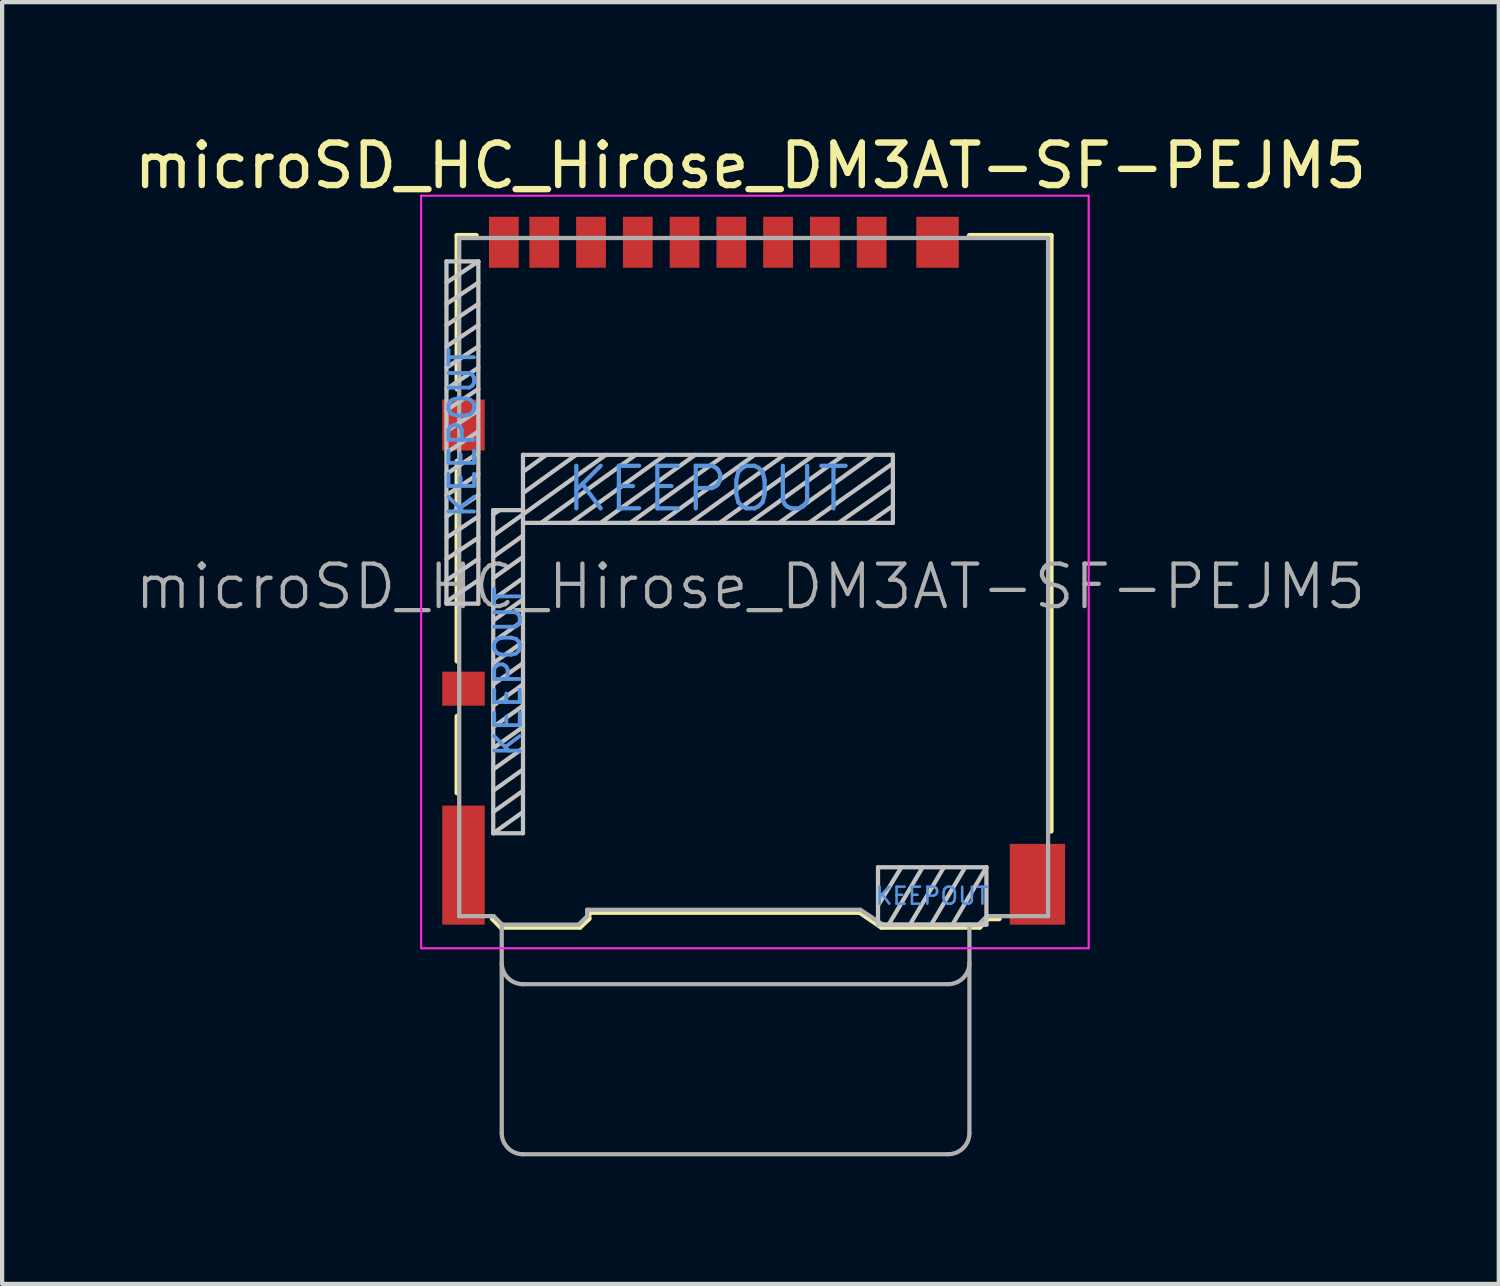
<source format=kicad_pcb>
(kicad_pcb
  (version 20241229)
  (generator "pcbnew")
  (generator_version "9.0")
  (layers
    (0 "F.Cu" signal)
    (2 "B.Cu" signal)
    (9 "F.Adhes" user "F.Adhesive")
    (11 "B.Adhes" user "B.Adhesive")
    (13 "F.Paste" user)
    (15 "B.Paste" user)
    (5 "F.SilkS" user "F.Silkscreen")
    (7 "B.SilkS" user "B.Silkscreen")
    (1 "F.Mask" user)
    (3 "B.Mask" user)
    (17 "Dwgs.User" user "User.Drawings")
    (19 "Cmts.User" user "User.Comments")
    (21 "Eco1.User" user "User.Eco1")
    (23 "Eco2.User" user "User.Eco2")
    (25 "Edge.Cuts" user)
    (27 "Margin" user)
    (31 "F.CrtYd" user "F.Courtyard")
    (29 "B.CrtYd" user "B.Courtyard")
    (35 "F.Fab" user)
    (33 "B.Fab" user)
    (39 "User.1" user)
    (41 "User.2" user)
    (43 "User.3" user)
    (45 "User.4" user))
  (footprint "microSD_HC_Hirose_DM3AT-SF-PEJM5"
    (layer "F.Cu")
    (at 14.676 10.373)
    (property "Reference" "microSD_HC_Hirose_DM3AT-SF-PEJM5" (at -0.075 -9.525 0) (layer "F.SilkS") (effects (font (size 1 1) (thickness 0.15))))
    (attr smd)
    (fp_line (start -6.975 -7.885) (end -6.975 -4.275) (stroke (width 0.12) (type solid)) (layer "F.SilkS"))
    (fp_line (start -6.975 -2.575) (end -6.975 2.125) (stroke (width 0.12) (type solid)) (layer "F.SilkS"))
    (fp_line (start -6.975 3.425) (end -6.975 5.225) (stroke (width 0.12) (type solid)) (layer "F.SilkS"))
    (fp_line (start -6.525 -7.885) (end -6.975 -7.885) (stroke (width 0.12) (type solid)) (layer "F.SilkS"))
    (fp_line (start -5.945 8.385) (end -6.145 8.185) (stroke (width 0.12) (type solid)) (layer "F.SilkS"))
    (fp_line (start -5.945 8.385) (end -4.085 8.385) (stroke (width 0.12) (type solid)) (layer "F.SilkS"))
    (fp_line (start -4.085 8.385) (end -3.875 8.185) (stroke (width 0.12) (type solid)) (layer "F.SilkS"))
    (fp_line (start -3.875 8.035) (end -3.875 8.185) (stroke (width 0.12) (type solid)) (layer "F.SilkS"))
    (fp_line (start -3.875 8.035) (end 2.495 8.035) (stroke (width 0.12) (type solid)) (layer "F.SilkS"))
    (fp_line (start 3.005 8.385) (end 2.495 8.035) (stroke (width 0.12) (type solid)) (layer "F.SilkS"))
    (fp_line (start 5.075 -7.885) (end 6.995 -7.885) (stroke (width 0.12) (type solid)) (layer "F.SilkS"))
    (fp_line (start 5.315 8.385) (end 3.005 8.385) (stroke (width 0.12) (type solid)) (layer "F.SilkS"))
    (fp_line (start 5.315 8.385) (end 5.515 8.185) (stroke (width 0.12) (type solid)) (layer "F.SilkS"))
    (fp_line (start 5.515 8.185) (end 5.775 8.185) (stroke (width 0.12) (type solid)) (layer "F.SilkS"))
    (fp_line (start 6.995 -7.885) (end 6.995 6.125) (stroke (width 0.12) (type solid)) (layer "F.SilkS"))
    (fp_line (start -7.225 -7.275) (end -6.475 -7.275) (stroke (width 0.1) (type solid)) (layer "Dwgs.User"))
    (fp_line (start -7.225 0.775) (end -7.225 -7.275) (stroke (width 0.1) (type solid)) (layer "Dwgs.User"))
    (fp_line (start -6.475 -7.275) (end -7.225 -6.775) (stroke (width 0.1) (type solid)) (layer "Dwgs.User"))
    (fp_line (start -6.475 -7.275) (end -6.475 0.775) (stroke (width 0.1) (type solid)) (layer "Dwgs.User"))
    (fp_line (start -6.475 -6.775) (end -7.225 -6.275) (stroke (width 0.1) (type solid)) (layer "Dwgs.User"))
    (fp_line (start -6.475 -6.275) (end -7.225 -5.775) (stroke (width 0.1) (type solid)) (layer "Dwgs.User"))
    (fp_line (start -6.475 -5.775) (end -7.225 -5.275) (stroke (width 0.1) (type solid)) (layer "Dwgs.User"))
    (fp_line (start -6.475 -5.275) (end -7.225 -4.775) (stroke (width 0.1) (type solid)) (layer "Dwgs.User"))
    (fp_line (start -6.475 -4.775) (end -7.225 -4.275) (stroke (width 0.1) (type solid)) (layer "Dwgs.User"))
    (fp_line (start -6.475 -4.275) (end -7.225 -3.775) (stroke (width 0.1) (type solid)) (layer "Dwgs.User"))
    (fp_line (start -6.475 -3.775) (end -7.225 -3.275) (stroke (width 0.1) (type solid)) (layer "Dwgs.User"))
    (fp_line (start -6.475 -3.275) (end -7.225 -2.775) (stroke (width 0.1) (type solid)) (layer "Dwgs.User"))
    (fp_line (start -6.475 -2.775) (end -7.225 -2.275) (stroke (width 0.1) (type solid)) (layer "Dwgs.User"))
    (fp_line (start -6.475 -2.275) (end -7.225 -1.775) (stroke (width 0.1) (type solid)) (layer "Dwgs.User"))
    (fp_line (start -6.475 -1.775) (end -7.225 -1.275) (stroke (width 0.1) (type solid)) (layer "Dwgs.User"))
    (fp_line (start -6.475 -1.275) (end -7.225 -0.775) (stroke (width 0.1) (type solid)) (layer "Dwgs.User"))
    (fp_line (start -6.475 -0.775) (end -7.225 -0.275) (stroke (width 0.1) (type solid)) (layer "Dwgs.User"))
    (fp_line (start -6.475 -0.275) (end -7.225 0.225) (stroke (width 0.1) (type solid)) (layer "Dwgs.User"))
    (fp_line (start -6.475 0.225) (end -7.225 0.725) (stroke (width 0.1) (type solid)) (layer "Dwgs.User"))
    (fp_line (start -6.475 0.775) (end -7.225 0.775) (stroke (width 0.1) (type solid)) (layer "Dwgs.User"))
    (fp_line (start -6.125 -1.425) (end -5.425 -1.425) (stroke (width 0.1) (type solid)) (layer "Dwgs.User"))
    (fp_line (start -6.125 -1.325) (end -5.975 -1.425) (stroke (width 0.1) (type solid)) (layer "Dwgs.User"))
    (fp_line (start -6.125 -0.825) (end -5.425 -1.325) (stroke (width 0.1) (type solid)) (layer "Dwgs.User"))
    (fp_line (start -6.125 -0.325) (end -5.425 -0.825) (stroke (width 0.1) (type solid)) (layer "Dwgs.User"))
    (fp_line (start -6.125 0.175) (end -5.425 -0.325) (stroke (width 0.1) (type solid)) (layer "Dwgs.User"))
    (fp_line (start -6.125 0.675) (end -5.425 0.175) (stroke (width 0.1) (type solid)) (layer "Dwgs.User"))
    (fp_line (start -6.125 1.175) (end -5.425 0.675) (stroke (width 0.1) (type solid)) (layer "Dwgs.User"))
    (fp_line (start -6.125 1.675) (end -5.425 1.175) (stroke (width 0.1) (type solid)) (layer "Dwgs.User"))
    (fp_line (start -6.125 2.175) (end -5.425 1.675) (stroke (width 0.1) (type solid)) (layer "Dwgs.User"))
    (fp_line (start -6.125 2.675) (end -5.425 2.175) (stroke (width 0.1) (type solid)) (layer "Dwgs.User"))
    (fp_line (start -6.125 3.175) (end -5.425 2.675) (stroke (width 0.1) (type solid)) (layer "Dwgs.User"))
    (fp_line (start -6.125 3.675) (end -5.425 3.175) (stroke (width 0.1) (type solid)) (layer "Dwgs.User"))
    (fp_line (start -6.125 4.175) (end -5.425 3.675) (stroke (width 0.1) (type solid)) (layer "Dwgs.User"))
    (fp_line (start -6.125 4.675) (end -5.425 4.175) (stroke (width 0.1) (type solid)) (layer "Dwgs.User"))
    (fp_line (start -6.125 5.175) (end -5.425 4.675) (stroke (width 0.1) (type solid)) (layer "Dwgs.User"))
    (fp_line (start -6.125 5.675) (end -5.425 5.175) (stroke (width 0.1) (type solid)) (layer "Dwgs.User"))
    (fp_line (start -6.125 6.175) (end -6.125 -1.425) (stroke (width 0.1) (type solid)) (layer "Dwgs.User"))
    (fp_line (start -6.125 6.175) (end -5.425 5.675) (stroke (width 0.1) (type solid)) (layer "Dwgs.User"))
    (fp_line (start -5.425 -2.725) (end -5.425 6.175) (stroke (width 0.1) (type solid)) (layer "Dwgs.User"))
    (fp_line (start -5.425 -2.725) (end 3.275 -2.725) (stroke (width 0.1) (type solid)) (layer "Dwgs.User"))
    (fp_line (start -5.425 -1.325) (end -3.475 -2.725) (stroke (width 0.1) (type solid)) (layer "Dwgs.User"))
    (fp_line (start -5.425 6.175) (end -6.125 6.175) (stroke (width 0.1) (type solid)) (layer "Dwgs.User"))
    (fp_line (start -4.875 -2.725) (end -5.425 -2.325) (stroke (width 0.1) (type solid)) (layer "Dwgs.User"))
    (fp_line (start -4.175 -2.725) (end -5.425 -1.825) (stroke (width 0.1) (type solid)) (layer "Dwgs.User"))
    (fp_line (start -2.775 -2.725) (end -5 -1.125) (stroke (width 0.1) (type solid)) (layer "Dwgs.User"))
    (fp_line (start -2.075 -2.725) (end -4.3 -1.125) (stroke (width 0.1) (type solid)) (layer "Dwgs.User"))
    (fp_line (start -1.375 -2.725) (end -3.6 -1.125) (stroke (width 0.1) (type solid)) (layer "Dwgs.User"))
    (fp_line (start -0.675 -2.725) (end -2.9 -1.125) (stroke (width 0.1) (type solid)) (layer "Dwgs.User"))
    (fp_line (start 0.025 -2.725) (end -2.2 -1.125) (stroke (width 0.1) (type solid)) (layer "Dwgs.User"))
    (fp_line (start 0.725 -2.725) (end -1.5 -1.125) (stroke (width 0.1) (type solid)) (layer "Dwgs.User"))
    (fp_line (start 1.425 -2.725) (end -0.8 -1.125) (stroke (width 0.1) (type solid)) (layer "Dwgs.User"))
    (fp_line (start 2.125 -2.725) (end -0.1 -1.125) (stroke (width 0.1) (type solid)) (layer "Dwgs.User"))
    (fp_line (start 2.825 -2.725) (end 0.6 -1.125) (stroke (width 0.1) (type solid)) (layer "Dwgs.User"))
    (fp_line (start 2.925 6.975) (end 5.475 6.975) (stroke (width 0.1) (type solid)) (layer "Dwgs.User"))
    (fp_line (start 2.925 8.325) (end 2.925 6.975) (stroke (width 0.1) (type solid)) (layer "Dwgs.User"))
    (fp_line (start 3.275 -2.725) (end 3.275 -1.125) (stroke (width 0.1) (type solid)) (layer "Dwgs.User"))
    (fp_line (start 3.275 -2.525) (end 1.3 -1.125) (stroke (width 0.1) (type solid)) (layer "Dwgs.User"))
    (fp_line (start 3.275 -2.025) (end 2 -1.125) (stroke (width 0.1) (type solid)) (layer "Dwgs.User"))
    (fp_line (start 3.275 -1.525) (end 2.7 -1.125) (stroke (width 0.1) (type solid)) (layer "Dwgs.User"))
    (fp_line (start 3.275 -1.125) (end -5.425 -1.125) (stroke (width 0.1) (type solid)) (layer "Dwgs.User"))
    (fp_line (start 3.475 6.975) (end 2.925 7.875) (stroke (width 0.1) (type solid)) (layer "Dwgs.User"))
    (fp_line (start 3.975 6.975) (end 3.175 8.325) (stroke (width 0.1) (type solid)) (layer "Dwgs.User"))
    (fp_line (start 4.475 6.975) (end 3.675 8.325) (stroke (width 0.1) (type solid)) (layer "Dwgs.User"))
    (fp_line (start 4.975 6.975) (end 4.175 8.325) (stroke (width 0.1) (type solid)) (layer "Dwgs.User"))
    (fp_line (start 5.475 6.975) (end 4.675 8.325) (stroke (width 0.1) (type solid)) (layer "Dwgs.User"))
    (fp_line (start 5.475 6.975) (end 5.475 8.325) (stroke (width 0.1) (type solid)) (layer "Dwgs.User"))
    (fp_line (start 5.475 8.325) (end 2.925 8.325) (stroke (width 0.1) (type solid)) (layer "Dwgs.User"))
    (fp_line (start -7.82 -8.82) (end 7.88 -8.82) (stroke (width 0.05) (type solid)) (layer "F.CrtYd"))
    (fp_line (start -7.82 8.88) (end -7.82 -8.82) (stroke (width 0.05) (type solid)) (layer "F.CrtYd"))
    (fp_line (start 7.88 -8.82) (end 7.88 8.88) (stroke (width 0.05) (type solid)) (layer "F.CrtYd"))
    (fp_line (start 7.88 8.88) (end -7.82 8.88) (stroke (width 0.05) (type solid)) (layer "F.CrtYd"))
    (fp_line (start -6.925 8.125) (end -6.925 -7.825) (stroke (width 0.1) (type solid)) (layer "F.Fab"))
    (fp_line (start -6.115 8.125) (end -6.925 8.125) (stroke (width 0.1) (type solid)) (layer "F.Fab"))
    (fp_line (start -5.925 8.325) (end -5.925 13.225) (stroke (width 0.1) (type solid)) (layer "F.Fab"))
    (fp_line (start -5.915 8.325) (end -6.115 8.125) (stroke (width 0.1) (type solid)) (layer "F.Fab"))
    (fp_line (start -5.425 9.725) (end 4.575 9.725) (stroke (width 0.1) (type solid)) (layer "F.Fab"))
    (fp_line (start -5.425 13.725) (end 4.575 13.725) (stroke (width 0.1) (type solid)) (layer "F.Fab"))
    (fp_line (start -4.115 8.325) (end -5.915 8.325) (stroke (width 0.1) (type solid)) (layer "F.Fab"))
    (fp_line (start -3.915 8.125) (end -4.115 8.325) (stroke (width 0.1) (type solid)) (layer "F.Fab"))
    (fp_line (start -3.915 8.125) (end -3.915 7.975) (stroke (width 0.1) (type solid)) (layer "F.Fab"))
    (fp_line (start 2.51 7.975) (end -3.915 7.975) (stroke (width 0.1) (type solid)) (layer "F.Fab"))
    (fp_line (start 3.035 8.325) (end 2.51 7.975) (stroke (width 0.1) (type solid)) (layer "F.Fab"))
    (fp_line (start 5.075 13.225) (end 5.075 8.325) (stroke (width 0.1) (type solid)) (layer "F.Fab"))
    (fp_line (start 5.285 8.325) (end 3.035 8.325) (stroke (width 0.1) (type solid)) (layer "F.Fab"))
    (fp_line (start 5.285 8.325) (end 5.485 8.125) (stroke (width 0.1) (type solid)) (layer "F.Fab"))
    (fp_line (start 5.485 8.125) (end 6.925 8.125) (stroke (width 0.1) (type solid)) (layer "F.Fab"))
    (fp_line (start 6.925 -7.825) (end -6.925 -7.825) (stroke (width 0.1) (type solid)) (layer "F.Fab"))
    (fp_line (start 6.925 8.125) (end 6.925 -7.825) (stroke (width 0.1) (type solid)) (layer "F.Fab"))
    (fp_arc (start -5.425 9.725) (mid -5.778553 9.578553) (end -5.925 9.225) (stroke (width 0.1) (type solid)) (layer "F.Fab"))
    (fp_arc (start -5.425 13.725) (mid -5.778553 13.578553) (end -5.925 13.225) (stroke (width 0.1) (type solid)) (layer "F.Fab"))
    (fp_arc (start 5.075 9.225) (mid 4.928553 9.578553) (end 4.575 9.725) (stroke (width 0.1) (type solid)) (layer "F.Fab"))
    (fp_arc (start 5.075 13.225) (mid 4.928553 13.578553) (end 4.575 13.725) (stroke (width 0.1) (type solid)) (layer "F.Fab"))
    (fp_text user "KEEPOUT" (at -1.075 -1.925 0) (layer "Cmts.User") (effects (font (size 1 1) (thickness 0.1))))
    (fp_text user "KEEPOUT" (at 4.2 7.65 0) (layer "Cmts.User") (effects (font (size 0.4 0.4) (thickness 0.06))))
    (fp_text user "KEEPOUT" (at -5.775 2.375 90) (layer "Cmts.User") (effects (font (size 0.6 0.6) (thickness 0.09))))
    (fp_text user "KEEPOUT" (at -6.85 -3.25 90) (layer "Cmts.User") (effects (font (size 0.6 0.6) (thickness 0.09))))
    (fp_text user "${REFERENCE}" (at -0.075 0.375 0) (layer "F.Fab") (effects (font (size 1 1) (thickness 0.1))))
    (pad "1" smd rect (at 2.775 -7.725) (size 0.7 1.2) (layers "F.Cu" "F.Mask" "F.Paste"))
    (pad "2" smd rect (at 1.675 -7.725) (size 0.7 1.2) (layers "F.Cu" "F.Mask" "F.Paste"))
    (pad "3" smd rect (at 0.575 -7.725) (size 0.7 1.2) (layers "F.Cu" "F.Mask" "F.Paste"))
    (pad "4" smd rect (at -0.525 -7.725) (size 0.7 1.2) (layers "F.Cu" "F.Mask" "F.Paste"))
    (pad "5" smd rect (at -1.625 -7.725) (size 0.7 1.2) (layers "F.Cu" "F.Mask" "F.Paste"))
    (pad "6" smd rect (at -2.725 -7.725) (size 0.7 1.2) (layers "F.Cu" "F.Mask" "F.Paste"))
    (pad "7" smd rect (at -3.825 -7.725) (size 0.7 1.2) (layers "F.Cu" "F.Mask" "F.Paste"))
    (pad "8" smd rect (at -4.925 -7.725) (size 0.7 1.2) (layers "F.Cu" "F.Mask" "F.Paste"))
    (pad "9" smd rect (at -5.875 -7.725) (size 0.7 1.2) (layers "F.Cu" "F.Mask" "F.Paste"))
    (pad "10" smd rect (at -6.825 2.775) (size 1 0.8) (layers "F.Cu" "F.Mask" "F.Paste"))
    (pad "11" smd rect (at -6.825 -3.425) (size 1 1.2) (layers "F.Cu" "F.Mask" "F.Paste"))
    (pad "11" smd rect (at -6.825 6.925) (size 1 2.8) (layers "F.Cu" "F.Mask" "F.Paste"))
    (pad "11" smd rect (at 4.325 -7.725) (size 1 1.2) (layers "F.Cu" "F.Mask" "F.Paste"))
    (pad "11" smd rect (at 6.675 7.375) (size 1.3 1.9) (layers "F.Cu" "F.Mask" "F.Paste")))
  (gr_rect
    (start -3 -3)
    (end 32.202 27.148)
    (stroke (width 0.1) (type default))
    (fill no)
    (layer "Edge.Cuts")))
</source>
